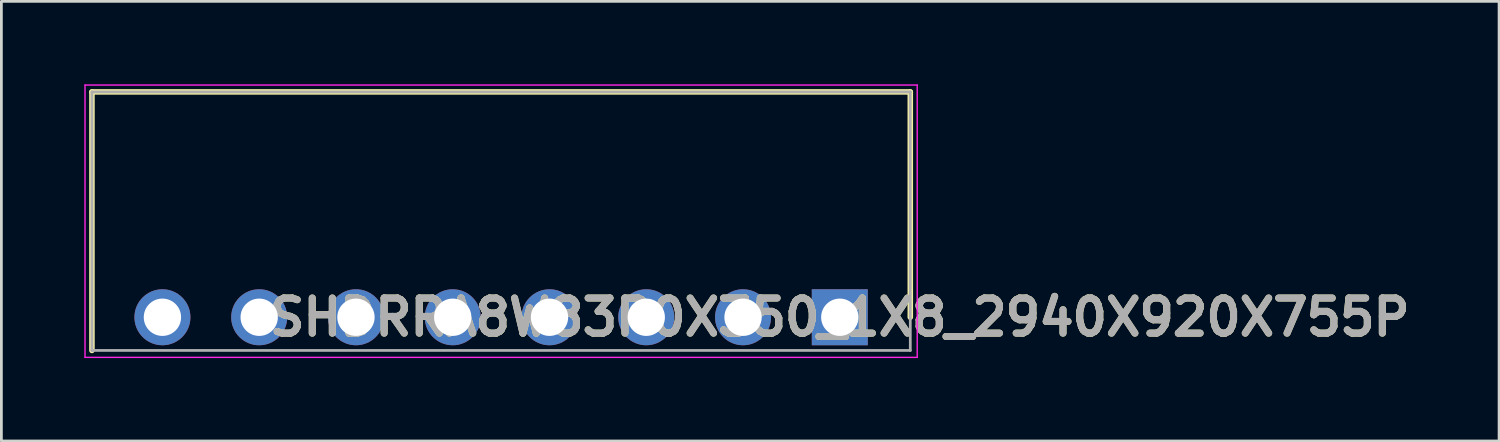
<source format=kicad_pcb>
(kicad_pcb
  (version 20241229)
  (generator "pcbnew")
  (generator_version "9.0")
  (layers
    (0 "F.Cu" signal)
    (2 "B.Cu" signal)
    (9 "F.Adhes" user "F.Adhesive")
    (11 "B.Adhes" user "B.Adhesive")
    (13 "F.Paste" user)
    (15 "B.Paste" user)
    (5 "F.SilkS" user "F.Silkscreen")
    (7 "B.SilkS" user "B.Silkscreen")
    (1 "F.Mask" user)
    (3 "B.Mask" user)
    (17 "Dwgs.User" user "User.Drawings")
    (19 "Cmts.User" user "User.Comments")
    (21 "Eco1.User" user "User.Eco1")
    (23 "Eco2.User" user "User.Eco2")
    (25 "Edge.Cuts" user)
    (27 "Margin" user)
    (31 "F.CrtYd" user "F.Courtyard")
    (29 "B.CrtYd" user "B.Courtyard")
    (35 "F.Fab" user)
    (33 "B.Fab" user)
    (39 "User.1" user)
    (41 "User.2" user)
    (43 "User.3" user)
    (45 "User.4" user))
  (footprint "SHDRRA8W83P0X350_1X8_2940X920X755P"
    (layer "F.Cu")
    (at 27.325 8.425)
    (property "Reference" "SHDRRA8W83P0X350_1X8_2940X920X755P" (at 0 0 0) (layer "F.SilkS") (effects (font (size 1.27 1.27) (thickness 0.254))))
    (attr through_hole)
    (fp_line (start -27.05 -8.15) (end -27.05 1.2) (stroke (width 0.2) (type solid)) (layer "F.SilkS"))
    (fp_line (start 2.55 -8.15) (end -27.05 -8.15) (stroke (width 0.2) (type solid)) (layer "F.SilkS"))
    (fp_line (start 2.55 0) (end 2.55 -8.15) (stroke (width 0.2) (type solid)) (layer "F.SilkS"))
    (fp_line (start -27.3 -8.4) (end 2.8 -8.4) (stroke (width 0.05) (type solid)) (layer "F.CrtYd"))
    (fp_line (start -27.3 1.45) (end -27.3 -8.4) (stroke (width 0.05) (type solid)) (layer "F.CrtYd"))
    (fp_line (start 2.8 -8.4) (end 2.8 1.45) (stroke (width 0.05) (type solid)) (layer "F.CrtYd"))
    (fp_line (start 2.8 1.45) (end -27.3 1.45) (stroke (width 0.05) (type solid)) (layer "F.CrtYd"))
    (fp_line (start -27.05 -8.15) (end 2.55 -8.15) (stroke (width 0.1) (type solid)) (layer "F.Fab"))
    (fp_line (start -27.05 1.2) (end -27.05 -8.15) (stroke (width 0.1) (type solid)) (layer "F.Fab"))
    (fp_line (start 2.55 -8.15) (end 2.55 1.2) (stroke (width 0.1) (type solid)) (layer "F.Fab"))
    (fp_line (start 2.55 1.2) (end -27.05 1.2) (stroke (width 0.1) (type solid)) (layer "F.Fab"))
    (fp_text user "${REFERENCE}" (at 0 0 0) (layer "F.Fab") (effects (font (size 1.27 1.27) (thickness 0.254))))
    (pad "1" thru_hole rect (at 0 0) (size 2.025 2.025) (drill 1.35) (layers "*.Cu" "*.Mask"))
    (pad "2" thru_hole circle (at -3.5 0) (size 2.025 2.025) (drill 1.35) (layers "*.Cu" "*.Mask"))
    (pad "3" thru_hole circle (at -7 0) (size 2.025 2.025) (drill 1.35) (layers "*.Cu" "*.Mask"))
    (pad "4" thru_hole circle (at -10.5 0) (size 2.025 2.025) (drill 1.35) (layers "*.Cu" "*.Mask"))
    (pad "5" thru_hole circle (at -14 0) (size 2.025 2.025) (drill 1.35) (layers "*.Cu" "*.Mask"))
    (pad "6" thru_hole circle (at -17.5 0) (size 2.025 2.025) (drill 1.35) (layers "*.Cu" "*.Mask"))
    (pad "7" thru_hole circle (at -21 0) (size 2.025 2.025) (drill 1.35) (layers "*.Cu" "*.Mask"))
    (pad "8" thru_hole circle (at -24.5 0) (size 2.025 2.025) (drill 1.35) (layers "*.Cu" "*.Mask")))
  (gr_rect
    (start -3 -3)
    (end 51.171 12.9)
    (stroke (width 0.1) (type default))
    (fill no)
    (layer "Edge.Cuts")))
</source>
